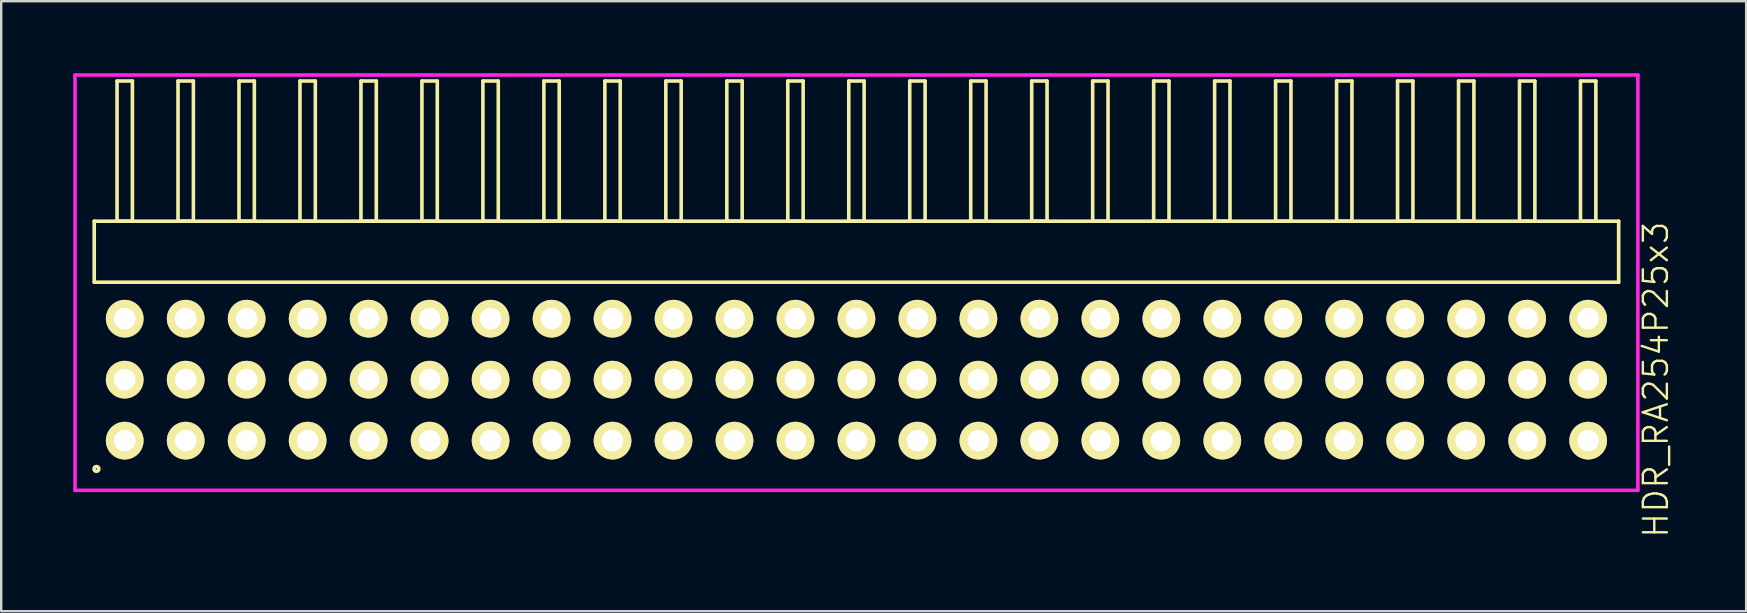
<source format=kicad_pcb>
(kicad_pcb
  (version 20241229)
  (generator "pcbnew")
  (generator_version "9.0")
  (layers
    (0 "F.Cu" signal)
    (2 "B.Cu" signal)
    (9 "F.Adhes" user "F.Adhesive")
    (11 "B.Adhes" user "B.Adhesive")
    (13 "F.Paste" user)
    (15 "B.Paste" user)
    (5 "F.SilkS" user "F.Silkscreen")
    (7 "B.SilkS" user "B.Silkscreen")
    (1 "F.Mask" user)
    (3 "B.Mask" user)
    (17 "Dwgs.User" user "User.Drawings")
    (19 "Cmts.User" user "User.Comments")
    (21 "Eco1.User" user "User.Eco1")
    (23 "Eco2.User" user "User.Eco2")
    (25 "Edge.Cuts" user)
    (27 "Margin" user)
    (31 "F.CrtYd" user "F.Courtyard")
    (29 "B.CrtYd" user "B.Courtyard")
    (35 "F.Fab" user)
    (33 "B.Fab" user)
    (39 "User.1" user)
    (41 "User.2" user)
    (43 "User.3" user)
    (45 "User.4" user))
  (footprint "HDR_RA254P25x3"
    (layer "F.Cu")
    (at 32.625 12.765)
    (property "Reference" "HDR_RA254P25x3" (at 33.3 0 90) (layer "F.SilkS") (effects (font (size 1 1) (thickness 0.1))))
    (attr through_hole)
    (fp_line (start -31.75 -6.6) (end -31.75 -4.06) (stroke (width 0.15) (type solid)) (layer "F.SilkS"))
    (fp_line (start -31.75 -4.06) (end 31.75 -4.06) (stroke (width 0.15) (type solid)) (layer "F.SilkS"))
    (fp_line (start -30.8 -12.44) (end -30.8 -6.6) (stroke (width 0.15) (type solid)) (layer "F.SilkS"))
    (fp_line (start -30.8 -6.6) (end -30.16 -6.6) (stroke (width 0.15) (type solid)) (layer "F.SilkS"))
    (fp_line (start -30.16 -12.44) (end -30.8 -12.44) (stroke (width 0.15) (type solid)) (layer "F.SilkS"))
    (fp_line (start -30.16 -6.6) (end -30.16 -12.44) (stroke (width 0.15) (type solid)) (layer "F.SilkS"))
    (fp_line (start -28.26 -12.44) (end -28.26 -6.6) (stroke (width 0.15) (type solid)) (layer "F.SilkS"))
    (fp_line (start -28.26 -6.6) (end -27.62 -6.6) (stroke (width 0.15) (type solid)) (layer "F.SilkS"))
    (fp_line (start -27.62 -12.44) (end -28.26 -12.44) (stroke (width 0.15) (type solid)) (layer "F.SilkS"))
    (fp_line (start -27.62 -6.6) (end -27.62 -12.44) (stroke (width 0.15) (type solid)) (layer "F.SilkS"))
    (fp_line (start -25.72 -12.44) (end -25.72 -6.6) (stroke (width 0.15) (type solid)) (layer "F.SilkS"))
    (fp_line (start -25.72 -6.6) (end -25.08 -6.6) (stroke (width 0.15) (type solid)) (layer "F.SilkS"))
    (fp_line (start -25.08 -12.44) (end -25.72 -12.44) (stroke (width 0.15) (type solid)) (layer "F.SilkS"))
    (fp_line (start -25.08 -6.6) (end -25.08 -12.44) (stroke (width 0.15) (type solid)) (layer "F.SilkS"))
    (fp_line (start -23.18 -12.44) (end -23.18 -6.6) (stroke (width 0.15) (type solid)) (layer "F.SilkS"))
    (fp_line (start -23.18 -6.6) (end -22.54 -6.6) (stroke (width 0.15) (type solid)) (layer "F.SilkS"))
    (fp_line (start -22.54 -12.44) (end -23.18 -12.44) (stroke (width 0.15) (type solid)) (layer "F.SilkS"))
    (fp_line (start -22.54 -6.6) (end -22.54 -12.44) (stroke (width 0.15) (type solid)) (layer "F.SilkS"))
    (fp_line (start -20.64 -12.44) (end -20.64 -6.6) (stroke (width 0.15) (type solid)) (layer "F.SilkS"))
    (fp_line (start -20.64 -6.6) (end -20 -6.6) (stroke (width 0.15) (type solid)) (layer "F.SilkS"))
    (fp_line (start -20 -12.44) (end -20.64 -12.44) (stroke (width 0.15) (type solid)) (layer "F.SilkS"))
    (fp_line (start -20 -6.6) (end -20 -12.44) (stroke (width 0.15) (type solid)) (layer "F.SilkS"))
    (fp_line (start -18.1 -12.44) (end -18.1 -6.6) (stroke (width 0.15) (type solid)) (layer "F.SilkS"))
    (fp_line (start -18.1 -6.6) (end -17.46 -6.6) (stroke (width 0.15) (type solid)) (layer "F.SilkS"))
    (fp_line (start -17.46 -12.44) (end -18.1 -12.44) (stroke (width 0.15) (type solid)) (layer "F.SilkS"))
    (fp_line (start -17.46 -6.6) (end -17.46 -12.44) (stroke (width 0.15) (type solid)) (layer "F.SilkS"))
    (fp_line (start -15.56 -12.44) (end -15.56 -6.6) (stroke (width 0.15) (type solid)) (layer "F.SilkS"))
    (fp_line (start -15.56 -6.6) (end -14.92 -6.6) (stroke (width 0.15) (type solid)) (layer "F.SilkS"))
    (fp_line (start -14.92 -12.44) (end -15.56 -12.44) (stroke (width 0.15) (type solid)) (layer "F.SilkS"))
    (fp_line (start -14.92 -6.6) (end -14.92 -12.44) (stroke (width 0.15) (type solid)) (layer "F.SilkS"))
    (fp_line (start -13.02 -12.44) (end -13.02 -6.6) (stroke (width 0.15) (type solid)) (layer "F.SilkS"))
    (fp_line (start -13.02 -6.6) (end -12.38 -6.6) (stroke (width 0.15) (type solid)) (layer "F.SilkS"))
    (fp_line (start -12.38 -12.44) (end -13.02 -12.44) (stroke (width 0.15) (type solid)) (layer "F.SilkS"))
    (fp_line (start -12.38 -6.6) (end -12.38 -12.44) (stroke (width 0.15) (type solid)) (layer "F.SilkS"))
    (fp_line (start -10.48 -12.44) (end -10.48 -6.6) (stroke (width 0.15) (type solid)) (layer "F.SilkS"))
    (fp_line (start -10.48 -6.6) (end -9.84 -6.6) (stroke (width 0.15) (type solid)) (layer "F.SilkS"))
    (fp_line (start -9.84 -12.44) (end -10.48 -12.44) (stroke (width 0.15) (type solid)) (layer "F.SilkS"))
    (fp_line (start -9.84 -6.6) (end -9.84 -12.44) (stroke (width 0.15) (type solid)) (layer "F.SilkS"))
    (fp_line (start -7.94 -12.44) (end -7.94 -6.6) (stroke (width 0.15) (type solid)) (layer "F.SilkS"))
    (fp_line (start -7.94 -6.6) (end -7.3 -6.6) (stroke (width 0.15) (type solid)) (layer "F.SilkS"))
    (fp_line (start -7.3 -12.44) (end -7.94 -12.44) (stroke (width 0.15) (type solid)) (layer "F.SilkS"))
    (fp_line (start -7.3 -6.6) (end -7.3 -12.44) (stroke (width 0.15) (type solid)) (layer "F.SilkS"))
    (fp_line (start -5.4 -12.44) (end -5.4 -6.6) (stroke (width 0.15) (type solid)) (layer "F.SilkS"))
    (fp_line (start -5.4 -6.6) (end -4.76 -6.6) (stroke (width 0.15) (type solid)) (layer "F.SilkS"))
    (fp_line (start -4.76 -12.44) (end -5.4 -12.44) (stroke (width 0.15) (type solid)) (layer "F.SilkS"))
    (fp_line (start -4.76 -6.6) (end -4.76 -12.44) (stroke (width 0.15) (type solid)) (layer "F.SilkS"))
    (fp_line (start -2.86 -12.44) (end -2.86 -6.6) (stroke (width 0.15) (type solid)) (layer "F.SilkS"))
    (fp_line (start -2.86 -6.6) (end -2.22 -6.6) (stroke (width 0.15) (type solid)) (layer "F.SilkS"))
    (fp_line (start -2.22 -12.44) (end -2.86 -12.44) (stroke (width 0.15) (type solid)) (layer "F.SilkS"))
    (fp_line (start -2.22 -6.6) (end -2.22 -12.44) (stroke (width 0.15) (type solid)) (layer "F.SilkS"))
    (fp_line (start -0.32 -12.44) (end -0.32 -6.6) (stroke (width 0.15) (type solid)) (layer "F.SilkS"))
    (fp_line (start -0.32 -6.6) (end 0.32 -6.6) (stroke (width 0.15) (type solid)) (layer "F.SilkS"))
    (fp_line (start 0.32 -12.44) (end -0.32 -12.44) (stroke (width 0.15) (type solid)) (layer "F.SilkS"))
    (fp_line (start 0.32 -6.6) (end 0.32 -12.44) (stroke (width 0.15) (type solid)) (layer "F.SilkS"))
    (fp_line (start 2.22 -12.44) (end 2.22 -6.6) (stroke (width 0.15) (type solid)) (layer "F.SilkS"))
    (fp_line (start 2.22 -6.6) (end 2.86 -6.6) (stroke (width 0.15) (type solid)) (layer "F.SilkS"))
    (fp_line (start 2.86 -12.44) (end 2.22 -12.44) (stroke (width 0.15) (type solid)) (layer "F.SilkS"))
    (fp_line (start 2.86 -6.6) (end 2.86 -12.44) (stroke (width 0.15) (type solid)) (layer "F.SilkS"))
    (fp_line (start 4.76 -12.44) (end 4.76 -6.6) (stroke (width 0.15) (type solid)) (layer "F.SilkS"))
    (fp_line (start 4.76 -6.6) (end 5.4 -6.6) (stroke (width 0.15) (type solid)) (layer "F.SilkS"))
    (fp_line (start 5.4 -12.44) (end 4.76 -12.44) (stroke (width 0.15) (type solid)) (layer "F.SilkS"))
    (fp_line (start 5.4 -6.6) (end 5.4 -12.44) (stroke (width 0.15) (type solid)) (layer "F.SilkS"))
    (fp_line (start 7.3 -12.44) (end 7.3 -6.6) (stroke (width 0.15) (type solid)) (layer "F.SilkS"))
    (fp_line (start 7.3 -6.6) (end 7.94 -6.6) (stroke (width 0.15) (type solid)) (layer "F.SilkS"))
    (fp_line (start 7.94 -12.44) (end 7.3 -12.44) (stroke (width 0.15) (type solid)) (layer "F.SilkS"))
    (fp_line (start 7.94 -6.6) (end 7.94 -12.44) (stroke (width 0.15) (type solid)) (layer "F.SilkS"))
    (fp_line (start 9.84 -12.44) (end 9.84 -6.6) (stroke (width 0.15) (type solid)) (layer "F.SilkS"))
    (fp_line (start 9.84 -6.6) (end 10.48 -6.6) (stroke (width 0.15) (type solid)) (layer "F.SilkS"))
    (fp_line (start 10.48 -12.44) (end 9.84 -12.44) (stroke (width 0.15) (type solid)) (layer "F.SilkS"))
    (fp_line (start 10.48 -6.6) (end 10.48 -12.44) (stroke (width 0.15) (type solid)) (layer "F.SilkS"))
    (fp_line (start 12.38 -12.44) (end 12.38 -6.6) (stroke (width 0.15) (type solid)) (layer "F.SilkS"))
    (fp_line (start 12.38 -6.6) (end 13.02 -6.6) (stroke (width 0.15) (type solid)) (layer "F.SilkS"))
    (fp_line (start 13.02 -12.44) (end 12.38 -12.44) (stroke (width 0.15) (type solid)) (layer "F.SilkS"))
    (fp_line (start 13.02 -6.6) (end 13.02 -12.44) (stroke (width 0.15) (type solid)) (layer "F.SilkS"))
    (fp_line (start 14.92 -12.44) (end 14.92 -6.6) (stroke (width 0.15) (type solid)) (layer "F.SilkS"))
    (fp_line (start 14.92 -6.6) (end 15.56 -6.6) (stroke (width 0.15) (type solid)) (layer "F.SilkS"))
    (fp_line (start 15.56 -12.44) (end 14.92 -12.44) (stroke (width 0.15) (type solid)) (layer "F.SilkS"))
    (fp_line (start 15.56 -6.6) (end 15.56 -12.44) (stroke (width 0.15) (type solid)) (layer "F.SilkS"))
    (fp_line (start 17.46 -12.44) (end 17.46 -6.6) (stroke (width 0.15) (type solid)) (layer "F.SilkS"))
    (fp_line (start 17.46 -6.6) (end 18.1 -6.6) (stroke (width 0.15) (type solid)) (layer "F.SilkS"))
    (fp_line (start 18.1 -12.44) (end 17.46 -12.44) (stroke (width 0.15) (type solid)) (layer "F.SilkS"))
    (fp_line (start 18.1 -6.6) (end 18.1 -12.44) (stroke (width 0.15) (type solid)) (layer "F.SilkS"))
    (fp_line (start 20 -12.44) (end 20 -6.6) (stroke (width 0.15) (type solid)) (layer "F.SilkS"))
    (fp_line (start 20 -6.6) (end 20.64 -6.6) (stroke (width 0.15) (type solid)) (layer "F.SilkS"))
    (fp_line (start 20.64 -12.44) (end 20 -12.44) (stroke (width 0.15) (type solid)) (layer "F.SilkS"))
    (fp_line (start 20.64 -6.6) (end 20.64 -12.44) (stroke (width 0.15) (type solid)) (layer "F.SilkS"))
    (fp_line (start 22.54 -12.44) (end 22.54 -6.6) (stroke (width 0.15) (type solid)) (layer "F.SilkS"))
    (fp_line (start 22.54 -6.6) (end 23.18 -6.6) (stroke (width 0.15) (type solid)) (layer "F.SilkS"))
    (fp_line (start 23.18 -12.44) (end 22.54 -12.44) (stroke (width 0.15) (type solid)) (layer "F.SilkS"))
    (fp_line (start 23.18 -6.6) (end 23.18 -12.44) (stroke (width 0.15) (type solid)) (layer "F.SilkS"))
    (fp_line (start 25.08 -12.44) (end 25.08 -6.6) (stroke (width 0.15) (type solid)) (layer "F.SilkS"))
    (fp_line (start 25.08 -6.6) (end 25.72 -6.6) (stroke (width 0.15) (type solid)) (layer "F.SilkS"))
    (fp_line (start 25.72 -12.44) (end 25.08 -12.44) (stroke (width 0.15) (type solid)) (layer "F.SilkS"))
    (fp_line (start 25.72 -6.6) (end 25.72 -12.44) (stroke (width 0.15) (type solid)) (layer "F.SilkS"))
    (fp_line (start 27.62 -12.44) (end 27.62 -6.6) (stroke (width 0.15) (type solid)) (layer "F.SilkS"))
    (fp_line (start 27.62 -6.6) (end 28.26 -6.6) (stroke (width 0.15) (type solid)) (layer "F.SilkS"))
    (fp_line (start 28.26 -12.44) (end 27.62 -12.44) (stroke (width 0.15) (type solid)) (layer "F.SilkS"))
    (fp_line (start 28.26 -6.6) (end 28.26 -12.44) (stroke (width 0.15) (type solid)) (layer "F.SilkS"))
    (fp_line (start 30.16 -12.44) (end 30.16 -6.6) (stroke (width 0.15) (type solid)) (layer "F.SilkS"))
    (fp_line (start 30.16 -6.6) (end 30.8 -6.6) (stroke (width 0.15) (type solid)) (layer "F.SilkS"))
    (fp_line (start 30.8 -12.44) (end 30.16 -12.44) (stroke (width 0.15) (type solid)) (layer "F.SilkS"))
    (fp_line (start 30.8 -6.6) (end 30.8 -12.44) (stroke (width 0.15) (type solid)) (layer "F.SilkS"))
    (fp_line (start 31.75 -6.6) (end -31.75 -6.6) (stroke (width 0.15) (type solid)) (layer "F.SilkS"))
    (fp_line (start 31.75 -4.06) (end 31.75 -6.6) (stroke (width 0.15) (type solid)) (layer "F.SilkS"))
    (fp_circle (center -31.658 3.718) (end -31.557 3.718) (stroke (width 0.15) (type solid)) (fill no) (layer "F.SilkS"))
    (fp_line (start -32.55 -12.69) (end -32.55 4.61) (stroke (width 0.15) (type solid)) (layer "F.CrtYd"))
    (fp_line (start -32.55 4.61) (end 32.55 4.61) (stroke (width 0.15) (type solid)) (layer "F.CrtYd"))
    (fp_line (start 32.55 -12.69) (end -32.55 -12.69) (stroke (width 0.15) (type solid)) (layer "F.CrtYd"))
    (fp_line (start 32.55 4.61) (end 32.55 -12.69) (stroke (width 0.15) (type solid)) (layer "F.CrtYd"))
    (pad "1" thru_hole oval (at -30.48 2.54) (size 1.57 1.57) (drill 0.9) (layers "*.Cu" "*.Mask" "F.SilkS"))
    (pad "2" thru_hole oval (at -30.48 0) (size 1.57 1.57) (drill 0.9) (layers "*.Cu" "*.Mask" "F.SilkS"))
    (pad "3" thru_hole oval (at -30.48 -2.54) (size 1.57 1.57) (drill 0.9) (layers "*.Cu" "*.Mask" "F.SilkS"))
    (pad "4" thru_hole oval (at -27.94 2.54) (size 1.57 1.57) (drill 0.9) (layers "*.Cu" "*.Mask" "F.SilkS"))
    (pad "5" thru_hole oval (at -27.94 0) (size 1.57 1.57) (drill 0.9) (layers "*.Cu" "*.Mask" "F.SilkS"))
    (pad "6" thru_hole oval (at -27.94 -2.54) (size 1.57 1.57) (drill 0.9) (layers "*.Cu" "*.Mask" "F.SilkS"))
    (pad "7" thru_hole oval (at -25.4 2.54) (size 1.57 1.57) (drill 0.9) (layers "*.Cu" "*.Mask" "F.SilkS"))
    (pad "8" thru_hole oval (at -25.4 0) (size 1.57 1.57) (drill 0.9) (layers "*.Cu" "*.Mask" "F.SilkS"))
    (pad "9" thru_hole oval (at -25.4 -2.54) (size 1.57 1.57) (drill 0.9) (layers "*.Cu" "*.Mask" "F.SilkS"))
    (pad "10" thru_hole oval (at -22.86 2.54) (size 1.57 1.57) (drill 0.9) (layers "*.Cu" "*.Mask" "F.SilkS"))
    (pad "11" thru_hole oval (at -22.86 0) (size 1.57 1.57) (drill 0.9) (layers "*.Cu" "*.Mask" "F.SilkS"))
    (pad "12" thru_hole oval (at -22.86 -2.54) (size 1.57 1.57) (drill 0.9) (layers "*.Cu" "*.Mask" "F.SilkS"))
    (pad "13" thru_hole oval (at -20.32 2.54) (size 1.57 1.57) (drill 0.9) (layers "*.Cu" "*.Mask" "F.SilkS"))
    (pad "14" thru_hole oval (at -20.32 0) (size 1.57 1.57) (drill 0.9) (layers "*.Cu" "*.Mask" "F.SilkS"))
    (pad "15" thru_hole oval (at -20.32 -2.54) (size 1.57 1.57) (drill 0.9) (layers "*.Cu" "*.Mask" "F.SilkS"))
    (pad "16" thru_hole oval (at -17.78 2.54) (size 1.57 1.57) (drill 0.9) (layers "*.Cu" "*.Mask" "F.SilkS"))
    (pad "17" thru_hole oval (at -17.78 0) (size 1.57 1.57) (drill 0.9) (layers "*.Cu" "*.Mask" "F.SilkS"))
    (pad "18" thru_hole oval (at -17.78 -2.54) (size 1.57 1.57) (drill 0.9) (layers "*.Cu" "*.Mask" "F.SilkS"))
    (pad "19" thru_hole oval (at -15.24 2.54) (size 1.57 1.57) (drill 0.9) (layers "*.Cu" "*.Mask" "F.SilkS"))
    (pad "20" thru_hole oval (at -15.24 0) (size 1.57 1.57) (drill 0.9) (layers "*.Cu" "*.Mask" "F.SilkS"))
    (pad "21" thru_hole oval (at -15.24 -2.54) (size 1.57 1.57) (drill 0.9) (layers "*.Cu" "*.Mask" "F.SilkS"))
    (pad "22" thru_hole oval (at -12.7 2.54) (size 1.57 1.57) (drill 0.9) (layers "*.Cu" "*.Mask" "F.SilkS"))
    (pad "23" thru_hole oval (at -12.7 0) (size 1.57 1.57) (drill 0.9) (layers "*.Cu" "*.Mask" "F.SilkS"))
    (pad "24" thru_hole oval (at -12.7 -2.54) (size 1.57 1.57) (drill 0.9) (layers "*.Cu" "*.Mask" "F.SilkS"))
    (pad "25" thru_hole oval (at -10.16 2.54) (size 1.57 1.57) (drill 0.9) (layers "*.Cu" "*.Mask" "F.SilkS"))
    (pad "26" thru_hole oval (at -10.16 0) (size 1.57 1.57) (drill 0.9) (layers "*.Cu" "*.Mask" "F.SilkS"))
    (pad "27" thru_hole oval (at -10.16 -2.54) (size 1.57 1.57) (drill 0.9) (layers "*.Cu" "*.Mask" "F.SilkS"))
    (pad "28" thru_hole oval (at -7.62 2.54) (size 1.57 1.57) (drill 0.9) (layers "*.Cu" "*.Mask" "F.SilkS"))
    (pad "29" thru_hole oval (at -7.62 0) (size 1.57 1.57) (drill 0.9) (layers "*.Cu" "*.Mask" "F.SilkS"))
    (pad "30" thru_hole oval (at -7.62 -2.54) (size 1.57 1.57) (drill 0.9) (layers "*.Cu" "*.Mask" "F.SilkS"))
    (pad "31" thru_hole oval (at -5.08 2.54) (size 1.57 1.57) (drill 0.9) (layers "*.Cu" "*.Mask" "F.SilkS"))
    (pad "32" thru_hole oval (at -5.08 0) (size 1.57 1.57) (drill 0.9) (layers "*.Cu" "*.Mask" "F.SilkS"))
    (pad "33" thru_hole oval (at -5.08 -2.54) (size 1.57 1.57) (drill 0.9) (layers "*.Cu" "*.Mask" "F.SilkS"))
    (pad "34" thru_hole oval (at -2.54 2.54) (size 1.57 1.57) (drill 0.9) (layers "*.Cu" "*.Mask" "F.SilkS"))
    (pad "35" thru_hole oval (at -2.54 0) (size 1.57 1.57) (drill 0.9) (layers "*.Cu" "*.Mask" "F.SilkS"))
    (pad "36" thru_hole oval (at -2.54 -2.54) (size 1.57 1.57) (drill 0.9) (layers "*.Cu" "*.Mask" "F.SilkS"))
    (pad "37" thru_hole oval (at 0 2.54) (size 1.57 1.57) (drill 0.9) (layers "*.Cu" "*.Mask" "F.SilkS"))
    (pad "38" thru_hole oval (at 0 0) (size 1.57 1.57) (drill 0.9) (layers "*.Cu" "*.Mask" "F.SilkS"))
    (pad "39" thru_hole oval (at 0 -2.54) (size 1.57 1.57) (drill 0.9) (layers "*.Cu" "*.Mask" "F.SilkS"))
    (pad "40" thru_hole oval (at 2.54 2.54) (size 1.57 1.57) (drill 0.9) (layers "*.Cu" "*.Mask" "F.SilkS"))
    (pad "41" thru_hole oval (at 2.54 0) (size 1.57 1.57) (drill 0.9) (layers "*.Cu" "*.Mask" "F.SilkS"))
    (pad "42" thru_hole oval (at 2.54 -2.54) (size 1.57 1.57) (drill 0.9) (layers "*.Cu" "*.Mask" "F.SilkS"))
    (pad "43" thru_hole oval (at 5.08 2.54) (size 1.57 1.57) (drill 0.9) (layers "*.Cu" "*.Mask" "F.SilkS"))
    (pad "44" thru_hole oval (at 5.08 0) (size 1.57 1.57) (drill 0.9) (layers "*.Cu" "*.Mask" "F.SilkS"))
    (pad "45" thru_hole oval (at 5.08 -2.54) (size 1.57 1.57) (drill 0.9) (layers "*.Cu" "*.Mask" "F.SilkS"))
    (pad "46" thru_hole oval (at 7.62 2.54) (size 1.57 1.57) (drill 0.9) (layers "*.Cu" "*.Mask" "F.SilkS"))
    (pad "47" thru_hole oval (at 7.62 0) (size 1.57 1.57) (drill 0.9) (layers "*.Cu" "*.Mask" "F.SilkS"))
    (pad "48" thru_hole oval (at 7.62 -2.54) (size 1.57 1.57) (drill 0.9) (layers "*.Cu" "*.Mask" "F.SilkS"))
    (pad "49" thru_hole oval (at 10.16 2.54) (size 1.57 1.57) (drill 0.9) (layers "*.Cu" "*.Mask" "F.SilkS"))
    (pad "50" thru_hole oval (at 10.16 0) (size 1.57 1.57) (drill 0.9) (layers "*.Cu" "*.Mask" "F.SilkS"))
    (pad "51" thru_hole oval (at 10.16 -2.54) (size 1.57 1.57) (drill 0.9) (layers "*.Cu" "*.Mask" "F.SilkS"))
    (pad "52" thru_hole oval (at 12.7 2.54) (size 1.57 1.57) (drill 0.9) (layers "*.Cu" "*.Mask" "F.SilkS"))
    (pad "53" thru_hole oval (at 12.7 0) (size 1.57 1.57) (drill 0.9) (layers "*.Cu" "*.Mask" "F.SilkS"))
    (pad "54" thru_hole oval (at 12.7 -2.54) (size 1.57 1.57) (drill 0.9) (layers "*.Cu" "*.Mask" "F.SilkS"))
    (pad "55" thru_hole oval (at 15.24 2.54) (size 1.57 1.57) (drill 0.9) (layers "*.Cu" "*.Mask" "F.SilkS"))
    (pad "56" thru_hole oval (at 15.24 0) (size 1.57 1.57) (drill 0.9) (layers "*.Cu" "*.Mask" "F.SilkS"))
    (pad "57" thru_hole oval (at 15.24 -2.54) (size 1.57 1.57) (drill 0.9) (layers "*.Cu" "*.Mask" "F.SilkS"))
    (pad "58" thru_hole oval (at 17.78 2.54) (size 1.57 1.57) (drill 0.9) (layers "*.Cu" "*.Mask" "F.SilkS"))
    (pad "59" thru_hole oval (at 17.78 0) (size 1.57 1.57) (drill 0.9) (layers "*.Cu" "*.Mask" "F.SilkS"))
    (pad "60" thru_hole oval (at 17.78 -2.54) (size 1.57 1.57) (drill 0.9) (layers "*.Cu" "*.Mask" "F.SilkS"))
    (pad "61" thru_hole oval (at 20.32 2.54) (size 1.57 1.57) (drill 0.9) (layers "*.Cu" "*.Mask" "F.SilkS"))
    (pad "62" thru_hole oval (at 20.32 0) (size 1.57 1.57) (drill 0.9) (layers "*.Cu" "*.Mask" "F.SilkS"))
    (pad "63" thru_hole oval (at 20.32 -2.54) (size 1.57 1.57) (drill 0.9) (layers "*.Cu" "*.Mask" "F.SilkS"))
    (pad "64" thru_hole oval (at 22.86 2.54) (size 1.57 1.57) (drill 0.9) (layers "*.Cu" "*.Mask" "F.SilkS"))
    (pad "65" thru_hole oval (at 22.86 0) (size 1.57 1.57) (drill 0.9) (layers "*.Cu" "*.Mask" "F.SilkS"))
    (pad "66" thru_hole oval (at 22.86 -2.54) (size 1.57 1.57) (drill 0.9) (layers "*.Cu" "*.Mask" "F.SilkS"))
    (pad "67" thru_hole oval (at 25.4 2.54) (size 1.57 1.57) (drill 0.9) (layers "*.Cu" "*.Mask" "F.SilkS"))
    (pad "68" thru_hole oval (at 25.4 0) (size 1.57 1.57) (drill 0.9) (layers "*.Cu" "*.Mask" "F.SilkS"))
    (pad "69" thru_hole oval (at 25.4 -2.54) (size 1.57 1.57) (drill 0.9) (layers "*.Cu" "*.Mask" "F.SilkS"))
    (pad "70" thru_hole oval (at 27.94 2.54) (size 1.57 1.57) (drill 0.9) (layers "*.Cu" "*.Mask" "F.SilkS"))
    (pad "71" thru_hole oval (at 27.94 0) (size 1.57 1.57) (drill 0.9) (layers "*.Cu" "*.Mask" "F.SilkS"))
    (pad "72" thru_hole oval (at 27.94 -2.54) (size 1.57 1.57) (drill 0.9) (layers "*.Cu" "*.Mask" "F.SilkS"))
    (pad "73" thru_hole oval (at 30.48 2.54) (size 1.57 1.57) (drill 0.9) (layers "*.Cu" "*.Mask" "F.SilkS"))
    (pad "74" thru_hole oval (at 30.48 0) (size 1.57 1.57) (drill 0.9) (layers "*.Cu" "*.Mask" "F.SilkS"))
    (pad "75" thru_hole oval (at 30.48 -2.54) (size 1.57 1.57) (drill 0.9) (layers "*.Cu" "*.Mask" "F.SilkS")))
  (gr_rect
    (start -3 -3)
    (end 69.686 22.41)
    (stroke (width 0.1) (type default))
    (fill no)
    (layer "Edge.Cuts")))
</source>
